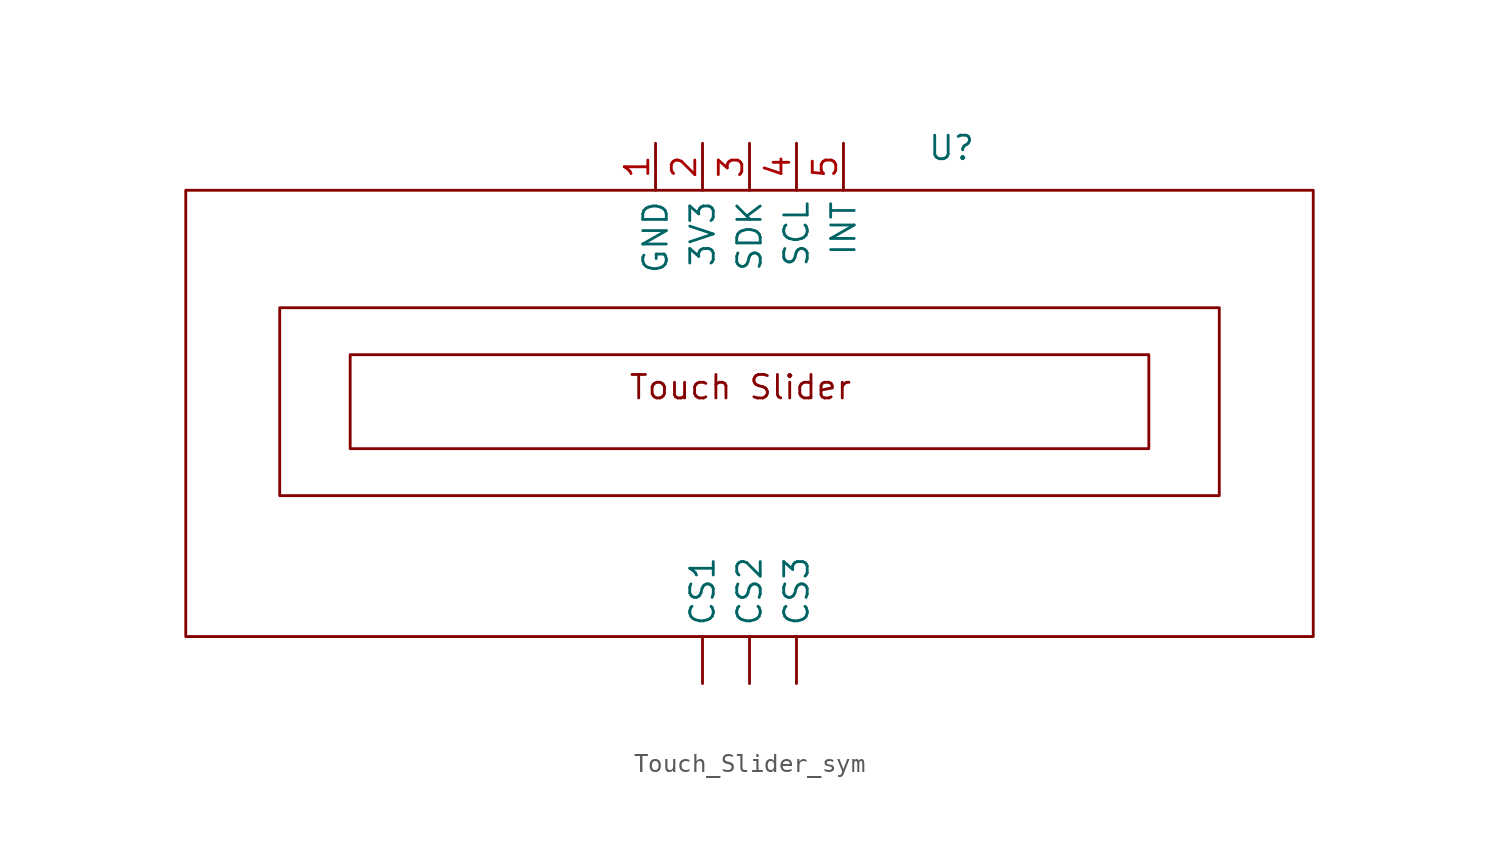
<source format=kicad_sym>
(kicad_symbol_lib
  (version 20241209)
  (generator "kicad_symbol_editor")
  (generator_version "9.0")
  (symbol "Touch_Slider_sym"
    (property "Reference" "U"
      (at 10.922 13.716 0)
      (effects (font (size 1.27 1.27))))
    (property "Value" ""
      (at -2.54 3.81 0)
      (effects (font (size 1.27 1.27))))
    (symbol "Touch_Slider_sym_0_1"
      (rectangle (start -30.48 11.43) (end 30.48 -12.7) (stroke (width 0) (type default)) (fill (type none)))
      (rectangle (start -25.4 5.08) (end 25.4 -5.08) (stroke (width 0) (type default)) (fill (type none))))
    (symbol "Touch_Slider_sym_1_1"
      (text_box "Touch Slider\n" (at -21.59 2.54 0) (size 43.18 -5.08) (margins 15.016 1.016 1.016 1.016) (stroke (width 0) (type solid)) (fill (type none)) (effects (font (size 1.27 1.27)) (justify left top)))
      (pin power_in line (at -5.08 13.97 270) (length 2.54) (name "GND" (effects (font (size 1.27 1.27)))) (number "1" (effects (font (size 1.27 1.27)))))
      (pin power_in line (at -2.54 13.97 270) (length 2.54) (name "3V3" (effects (font (size 1.27 1.27)))) (number "2" (effects (font (size 1.27 1.27)))))
      (pin bidirectional line (at -2.54 -15.24 90) (length 2.54) (name "CS1" (effects (font (size 1.27 1.27)))) (number "" (effects (font (size 1.27 1.27)))))
      (pin bidirectional line (at 0 13.97 270) (length 2.54) (name "SDK" (effects (font (size 1.27 1.27)))) (number "3" (effects (font (size 1.27 1.27)))))
      (pin bidirectional line (at 0 -15.24 90) (length 2.54) (name "CS2" (effects (font (size 1.27 1.27)))) (number "" (effects (font (size 1.27 1.27)))))
      (pin bidirectional line (at 2.54 13.97 270) (length 2.54) (name "SCL" (effects (font (size 1.27 1.27)))) (number "4" (effects (font (size 1.27 1.27)))))
      (pin bidirectional line (at 2.54 -15.24 90) (length 2.54) (name "CS3" (effects (font (size 1.27 1.27)))) (number "" (effects (font (size 1.27 1.27)))))
      (pin bidirectional line (at 5.08 13.97 270) (length 2.54) (name "INT" (effects (font (size 1.27 1.27)))) (number "5" (effects (font (size 1.27 1.27))))))))
</source>
